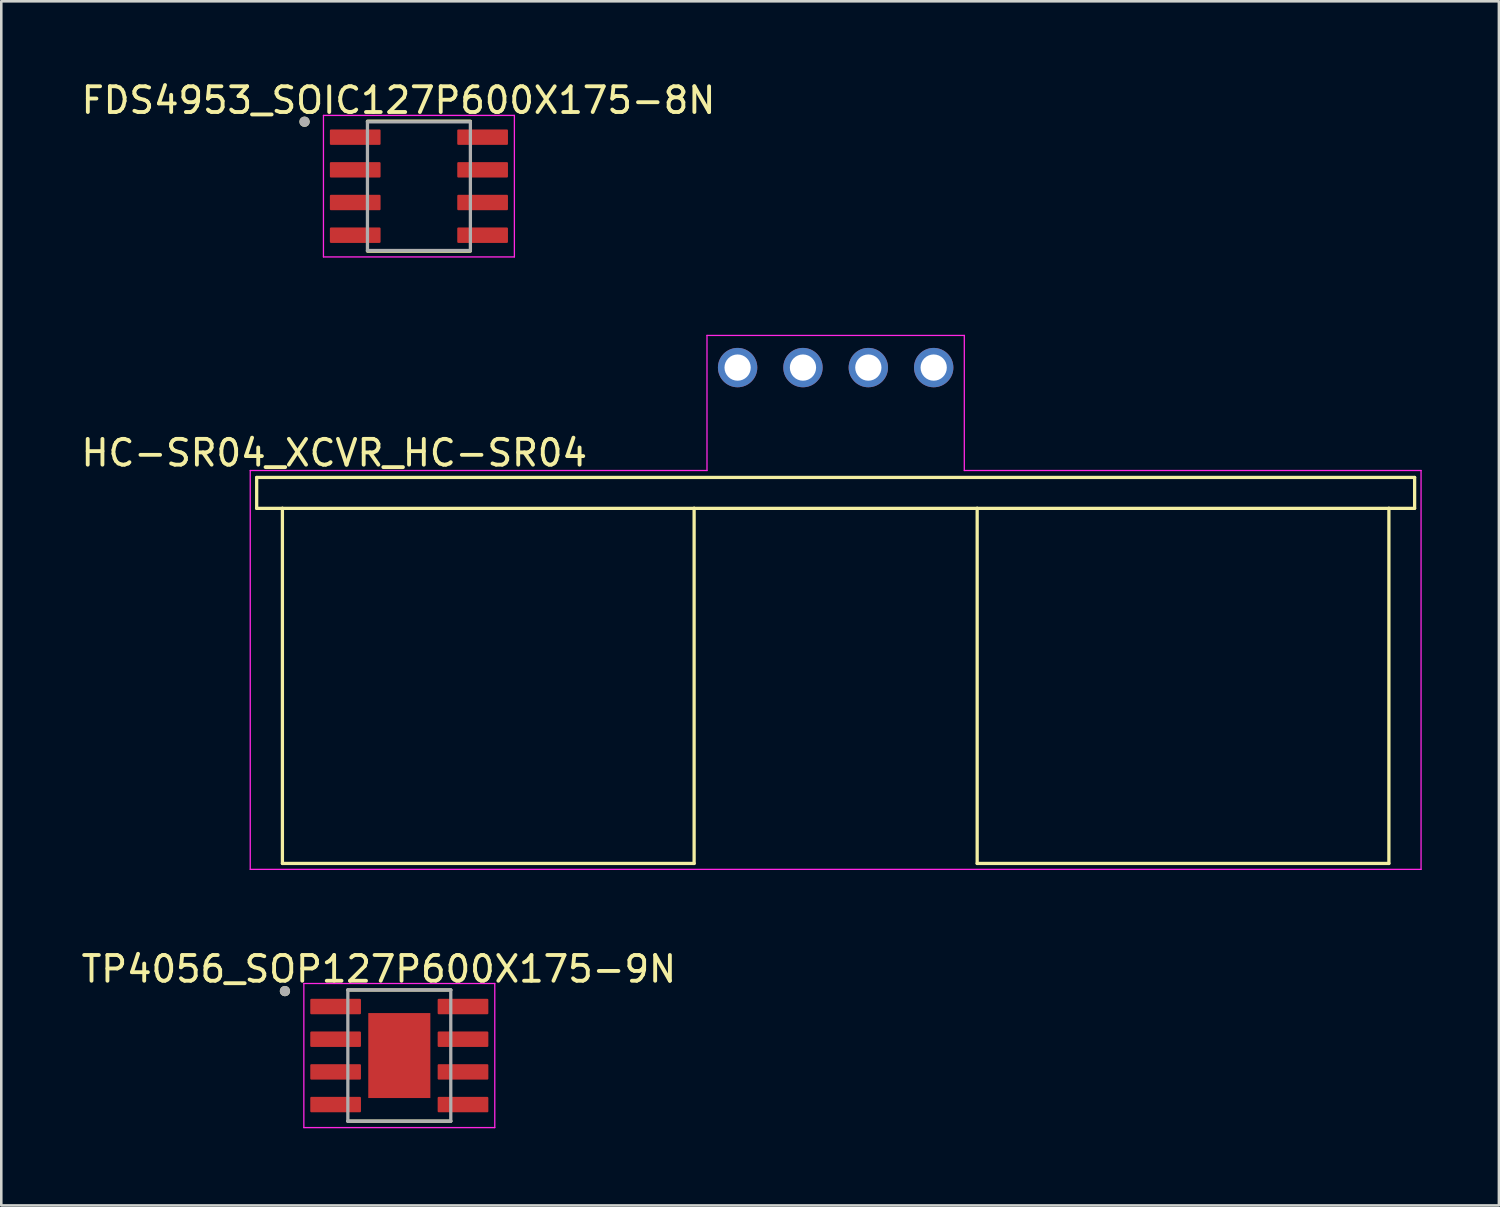
<source format=kicad_pcb>
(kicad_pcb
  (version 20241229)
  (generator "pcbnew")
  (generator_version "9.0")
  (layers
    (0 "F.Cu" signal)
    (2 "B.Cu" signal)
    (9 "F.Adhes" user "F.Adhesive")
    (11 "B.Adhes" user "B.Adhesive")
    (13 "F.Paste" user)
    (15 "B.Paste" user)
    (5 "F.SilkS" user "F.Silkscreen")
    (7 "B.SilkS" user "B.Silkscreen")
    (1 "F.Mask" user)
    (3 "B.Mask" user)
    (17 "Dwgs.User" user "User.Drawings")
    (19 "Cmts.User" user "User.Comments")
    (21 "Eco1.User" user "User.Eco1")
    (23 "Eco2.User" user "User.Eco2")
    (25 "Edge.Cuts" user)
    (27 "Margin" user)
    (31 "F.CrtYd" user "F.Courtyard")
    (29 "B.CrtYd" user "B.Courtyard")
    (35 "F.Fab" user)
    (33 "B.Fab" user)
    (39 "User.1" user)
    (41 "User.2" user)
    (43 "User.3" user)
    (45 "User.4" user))
  (footprint "TP4056_SOP127P600X175-9N"
    (layer "F.Cu")
    (at 12.468 37.971)
    (property "Reference" "TP4056_SOP127P600X175-9N" (at -0.795 -3.362 0) (layer "F.SilkS") (effects (font (size 1 1) (thickness 0.15))))
    (attr smd)
    (fp_line (start -2 -2.55) (end 2 -2.55) (stroke (width 0.127) (type solid)) (layer "F.SilkS"))
    (fp_line (start -2 2.55) (end 2 2.55) (stroke (width 0.127) (type solid)) (layer "F.SilkS"))
    (fp_circle (center -4.445 -2.505) (end -4.345 -2.505) (stroke (width 0.2) (type solid)) (fill no) (layer "F.SilkS"))
    (fp_poly (pts (xy -0.645 -0.82) (xy 0.645 -0.82) (xy 0.645 0.82) (xy -0.645 0.82)) (stroke (width 0.01) (type solid)) (fill yes) (layer "F.Paste"))
    (fp_line (start -3.71 -2.8) (end -3.71 2.8) (stroke (width 0.05) (type solid)) (layer "F.CrtYd"))
    (fp_line (start -3.71 -2.8) (end 3.71 -2.8) (stroke (width 0.05) (type solid)) (layer "F.CrtYd"))
    (fp_line (start -3.71 2.8) (end 3.71 2.8) (stroke (width 0.05) (type solid)) (layer "F.CrtYd"))
    (fp_line (start 3.71 -2.8) (end 3.71 2.8) (stroke (width 0.05) (type solid)) (layer "F.CrtYd"))
    (fp_line (start -2 -2.55) (end -2 2.55) (stroke (width 0.127) (type solid)) (layer "F.Fab"))
    (fp_line (start -2 -2.55) (end 2 -2.55) (stroke (width 0.127) (type solid)) (layer "F.Fab"))
    (fp_line (start -2 2.55) (end 2 2.55) (stroke (width 0.127) (type solid)) (layer "F.Fab"))
    (fp_line (start 2 -2.55) (end 2 2.55) (stroke (width 0.127) (type solid)) (layer "F.Fab"))
    (fp_circle (center -4.445 -2.505) (end -4.345 -2.505) (stroke (width 0.2) (type solid)) (fill no) (layer "F.Fab"))
    (pad "1" smd roundrect (at -2.475 -1.905) (size 1.97 0.6) (layers "F.Cu" "F.Mask" "F.Paste") (roundrect_rratio 0.07))
    (pad "2" smd roundrect (at -2.475 -0.635) (size 1.97 0.6) (layers "F.Cu" "F.Mask" "F.Paste") (roundrect_rratio 0.07))
    (pad "3" smd roundrect (at -2.475 0.635) (size 1.97 0.6) (layers "F.Cu" "F.Mask" "F.Paste") (roundrect_rratio 0.07))
    (pad "4" smd roundrect (at -2.475 1.905) (size 1.97 0.6) (layers "F.Cu" "F.Mask" "F.Paste") (roundrect_rratio 0.07))
    (pad "5" smd roundrect (at 2.475 1.905) (size 1.97 0.6) (layers "F.Cu" "F.Mask" "F.Paste") (roundrect_rratio 0.07))
    (pad "6" smd roundrect (at 2.475 0.635) (size 1.97 0.6) (layers "F.Cu" "F.Mask" "F.Paste") (roundrect_rratio 0.07))
    (pad "7" smd roundrect (at 2.475 -0.635) (size 1.97 0.6) (layers "F.Cu" "F.Mask" "F.Paste") (roundrect_rratio 0.07))
    (pad "8" smd roundrect (at 2.475 -1.905) (size 1.97 0.6) (layers "F.Cu" "F.Mask" "F.Paste") (roundrect_rratio 0.07))
    (pad "9" smd rect (at 0 0) (size 2.413 3.302) (layers "F.Cu" "F.Mask")))
  (footprint "FDS4953_SOIC127P600X175-8N"
    (layer "F.Cu")
    (at 13.23 4.185)
    (property "Reference" "FDS4953_SOIC127P600X175-8N" (at -0.795 -3.337 0) (layer "F.SilkS") (effects (font (size 1 1) (thickness 0.15))))
    (attr smd)
    (fp_line (start -2 -2.525) (end 2 -2.525) (stroke (width 0.127) (type solid)) (layer "F.SilkS"))
    (fp_line (start -2 2.525) (end 2 2.525) (stroke (width 0.127) (type solid)) (layer "F.SilkS"))
    (fp_circle (center -4.445 -2.505) (end -4.345 -2.505) (stroke (width 0.2) (type solid)) (fill no) (layer "F.SilkS"))
    (fp_line (start -3.71 -2.75) (end -3.71 2.75) (stroke (width 0.05) (type solid)) (layer "F.CrtYd"))
    (fp_line (start -3.71 -2.75) (end 3.71 -2.75) (stroke (width 0.05) (type solid)) (layer "F.CrtYd"))
    (fp_line (start -3.71 2.75) (end 3.71 2.75) (stroke (width 0.05) (type solid)) (layer "F.CrtYd"))
    (fp_line (start 3.71 -2.75) (end 3.71 2.75) (stroke (width 0.05) (type solid)) (layer "F.CrtYd"))
    (fp_line (start -2 -2.5) (end -2 2.5) (stroke (width 0.127) (type solid)) (layer "F.Fab"))
    (fp_line (start -2 -2.5) (end 2 -2.5) (stroke (width 0.127) (type solid)) (layer "F.Fab"))
    (fp_line (start -2 2.5) (end 2 2.5) (stroke (width 0.127) (type solid)) (layer "F.Fab"))
    (fp_line (start 2 -2.5) (end 2 2.5) (stroke (width 0.127) (type solid)) (layer "F.Fab"))
    (fp_circle (center -4.445 -2.505) (end -4.345 -2.505) (stroke (width 0.2) (type solid)) (fill no) (layer "F.Fab"))
    (pad "1" smd roundrect (at -2.475 -1.905) (size 1.97 0.6) (layers "F.Cu" "F.Mask" "F.Paste") (roundrect_rratio 0.07))
    (pad "2" smd roundrect (at -2.475 -0.635) (size 1.97 0.6) (layers "F.Cu" "F.Mask" "F.Paste") (roundrect_rratio 0.07))
    (pad "3" smd roundrect (at -2.475 0.635) (size 1.97 0.6) (layers "F.Cu" "F.Mask" "F.Paste") (roundrect_rratio 0.07))
    (pad "4" smd roundrect (at -2.475 1.905) (size 1.97 0.6) (layers "F.Cu" "F.Mask" "F.Paste") (roundrect_rratio 0.07))
    (pad "5" smd roundrect (at 2.475 1.905) (size 1.97 0.6) (layers "F.Cu" "F.Mask" "F.Paste") (roundrect_rratio 0.07))
    (pad "6" smd roundrect (at 2.475 0.635) (size 1.97 0.6) (layers "F.Cu" "F.Mask" "F.Paste") (roundrect_rratio 0.07))
    (pad "7" smd roundrect (at 2.475 -0.635) (size 1.97 0.6) (layers "F.Cu" "F.Mask" "F.Paste") (roundrect_rratio 0.07))
    (pad "8" smd roundrect (at 2.475 -1.905) (size 1.97 0.6) (layers "F.Cu" "F.Mask" "F.Paste") (roundrect_rratio 0.07)))
  (footprint "HC-SR04_XCVR_HC-SR04"
    (layer "F.Cu")
    (at 29.425 11.235)
    (property "Reference" "HC-SR04_XCVR_HC-SR04" (at -19.485 3.317 0) (layer "F.SilkS") (effects (font (size 1.001 1.001) (thickness 0.15))))
    (attr through_hole)
    (fp_line (start -22.5 4.27) (end 22.5 4.27) (stroke (width 0.127) (type solid)) (layer "F.SilkS"))
    (fp_line (start -22.5 5.47) (end -22.5 4.27) (stroke (width 0.127) (type solid)) (layer "F.SilkS"))
    (fp_line (start -21.5 5.47) (end -22.5 5.47) (stroke (width 0.127) (type solid)) (layer "F.SilkS"))
    (fp_line (start -21.5 5.47) (end -21.5 19.27) (stroke (width 0.127) (type solid)) (layer "F.SilkS"))
    (fp_line (start -21.5 19.27) (end -5.5 19.27) (stroke (width 0.127) (type solid)) (layer "F.SilkS"))
    (fp_line (start -5.5 5.47) (end -21.5 5.47) (stroke (width 0.127) (type solid)) (layer "F.SilkS"))
    (fp_line (start -5.5 5.47) (end -5.5 19.27) (stroke (width 0.127) (type solid)) (layer "F.SilkS"))
    (fp_line (start 5.5 5.47) (end -5.5 5.47) (stroke (width 0.127) (type solid)) (layer "F.SilkS"))
    (fp_line (start 5.5 5.47) (end 5.5 19.27) (stroke (width 0.127) (type solid)) (layer "F.SilkS"))
    (fp_line (start 5.5 19.27) (end 21.5 19.27) (stroke (width 0.127) (type solid)) (layer "F.SilkS"))
    (fp_line (start 21.5 5.47) (end 5.5 5.47) (stroke (width 0.127) (type solid)) (layer "F.SilkS"))
    (fp_line (start 21.5 5.47) (end 21.5 19.27) (stroke (width 0.127) (type solid)) (layer "F.SilkS"))
    (fp_line (start 22.5 4.27) (end 22.5 5.47) (stroke (width 0.127) (type solid)) (layer "F.SilkS"))
    (fp_line (start 22.5 5.47) (end 21.5 5.47) (stroke (width 0.127) (type solid)) (layer "F.SilkS"))
    (fp_line (start -22.75 4) (end -22.75 19.5) (stroke (width 0.05) (type solid)) (layer "F.CrtYd"))
    (fp_line (start -22.75 19.5) (end 22.75 19.5) (stroke (width 0.05) (type solid)) (layer "F.CrtYd"))
    (fp_line (start -5 -1.25) (end -5 4) (stroke (width 0.05) (type solid)) (layer "F.CrtYd"))
    (fp_line (start -5 4) (end -22.75 4) (stroke (width 0.05) (type solid)) (layer "F.CrtYd"))
    (fp_line (start 5 -1.25) (end -5 -1.25) (stroke (width 0.05) (type solid)) (layer "F.CrtYd"))
    (fp_line (start 5 4) (end 5 -1.25) (stroke (width 0.05) (type solid)) (layer "F.CrtYd"))
    (fp_line (start 22.75 4) (end 5 4) (stroke (width 0.05) (type solid)) (layer "F.CrtYd"))
    (fp_line (start 22.75 19.5) (end 22.75 4) (stroke (width 0.05) (type solid)) (layer "F.CrtYd"))
    (pad "1" thru_hole circle (at -3.81 0) (size 1.53 1.53) (drill 1.02) (layers "*.Cu" "*.Mask"))
    (pad "2" thru_hole circle (at -1.27 0) (size 1.53 1.53) (drill 1.02) (layers "*.Cu" "*.Mask"))
    (pad "3" thru_hole circle (at 1.27 0) (size 1.53 1.53) (drill 1.02) (layers "*.Cu" "*.Mask"))
    (pad "4" thru_hole circle (at 3.81 0) (size 1.53 1.53) (drill 1.02) (layers "*.Cu" "*.Mask")))
  (gr_rect
    (start -3 -3)
    (end 55.2 43.795)
    (stroke (width 0.1) (type default))
    (fill no)
    (layer "Edge.Cuts")))
</source>
